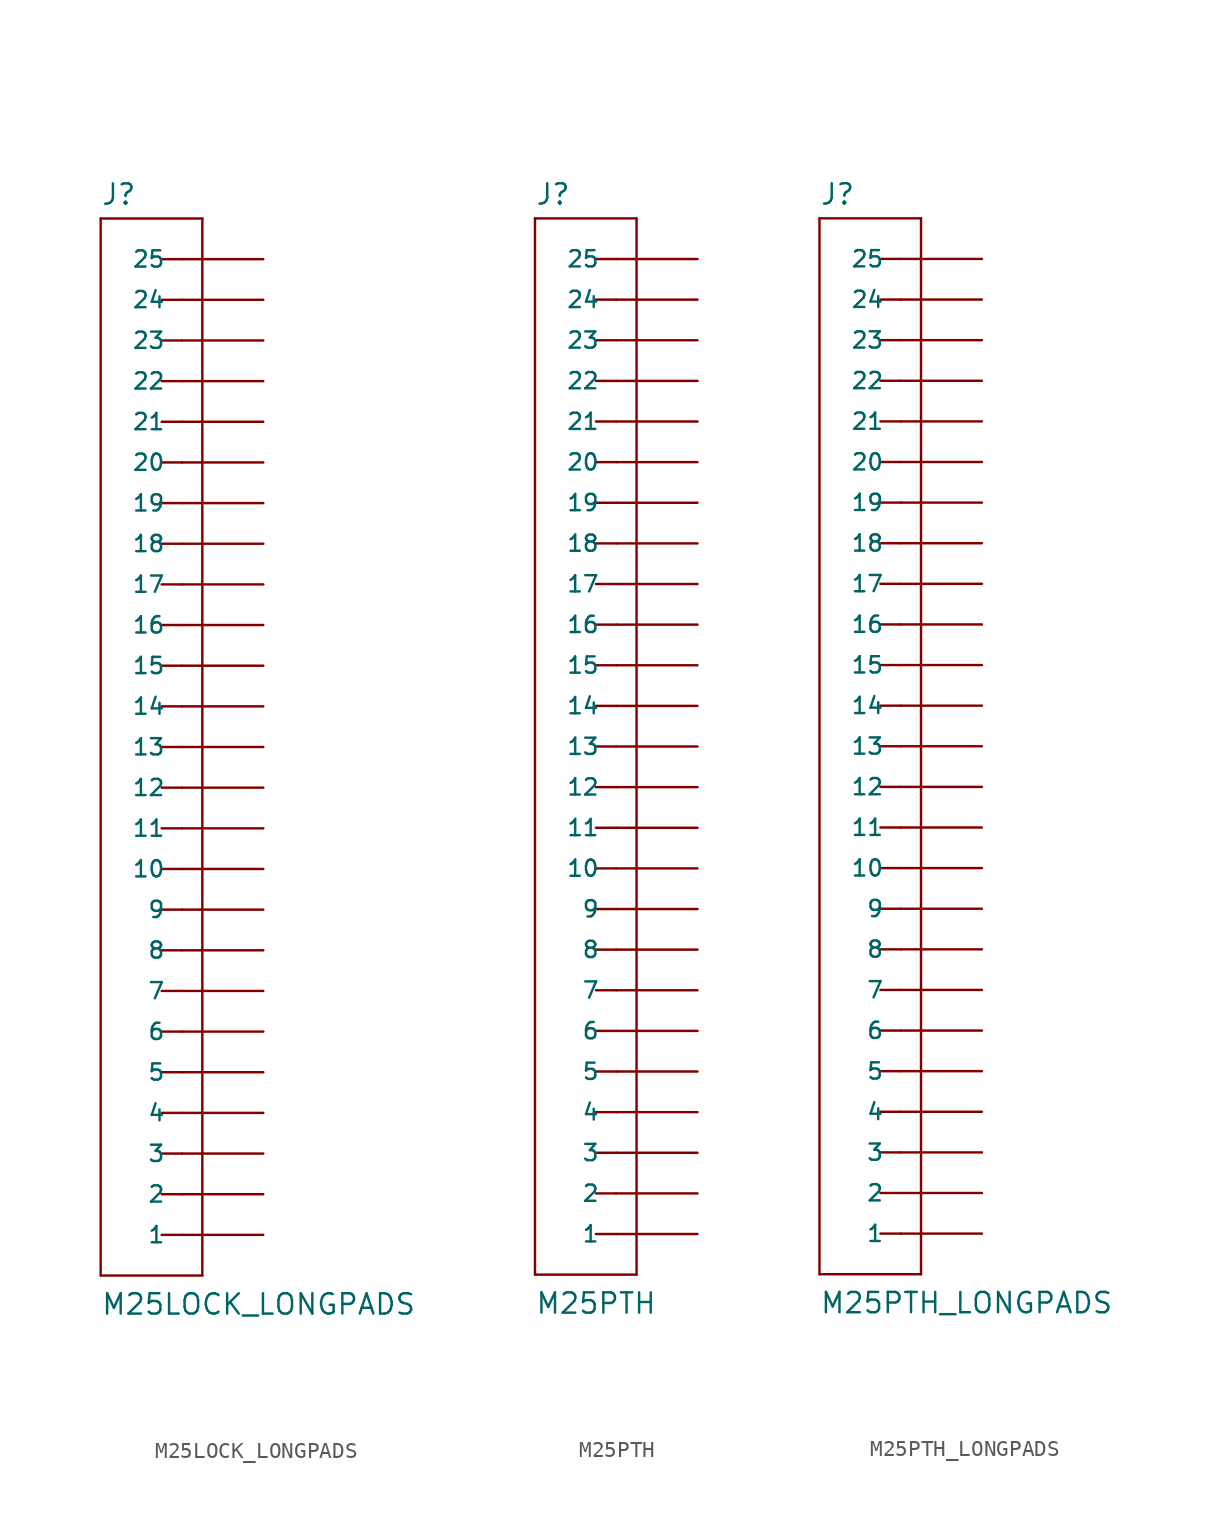
<source format=kicad_sym>
(kicad_symbol_lib
  (version 20211014)
  (generator kicad_symbol_editor)
  (symbol "M25LOCK_LONGPADS"
    (pin_numbers hide)
    (pin_names
      (offset 1.016))
    (property "Reference" "J"
      (at 0 33.782 0)
      (effects (font (size 1.27 1.27)) (justify left bottom)))
    (property "Value" "M25LOCK_LONGPADS"
      (at 0 -35.56 0)
      (effects (font (size 1.27 1.27)) (justify left bottom)))
    (property "Datasheet" ""
      (at 0 0 0)
      (effects (font (size 1.524 1.524))))
    (property "ki_locked" ""
      (at 0 0 0)
      (effects (font (size 1.27 1.27))))
    (symbol "M25LOCK_LONGPADS_1_0"
      (polyline (pts (xy 0 33.02) (xy 0 -33.02)) (stroke (width 0) (type default) (color 0 0 0 0)) (fill (type none)))
      (polyline (pts (xy 0 33.02) (xy 6.35 33.02)) (stroke (width 0) (type default) (color 0 0 0 0)) (fill (type none)))
      (polyline (pts (xy 3.81 -30.48) (xy 5.08 -30.48)) (stroke (width 0) (type default) (color 0 0 0 0)) (fill (type none)))
      (polyline (pts (xy 3.81 -27.94) (xy 5.08 -27.94)) (stroke (width 0) (type default) (color 0 0 0 0)) (fill (type none)))
      (polyline (pts (xy 3.81 -25.4) (xy 5.08 -25.4)) (stroke (width 0) (type default) (color 0 0 0 0)) (fill (type none)))
      (polyline (pts (xy 3.81 -22.86) (xy 5.08 -22.86)) (stroke (width 0) (type default) (color 0 0 0 0)) (fill (type none)))
      (polyline (pts (xy 3.81 -20.32) (xy 5.08 -20.32)) (stroke (width 0) (type default) (color 0 0 0 0)) (fill (type none)))
      (polyline (pts (xy 3.81 -17.78) (xy 5.08 -17.78)) (stroke (width 0) (type default) (color 0 0 0 0)) (fill (type none)))
      (polyline (pts (xy 3.81 -15.24) (xy 5.08 -15.24)) (stroke (width 0) (type default) (color 0 0 0 0)) (fill (type none)))
      (polyline (pts (xy 3.81 -12.7) (xy 5.08 -12.7)) (stroke (width 0) (type default) (color 0 0 0 0)) (fill (type none)))
      (polyline (pts (xy 3.81 -10.16) (xy 5.08 -10.16)) (stroke (width 0) (type default) (color 0 0 0 0)) (fill (type none)))
      (polyline (pts (xy 3.81 -7.62) (xy 5.08 -7.62)) (stroke (width 0) (type default) (color 0 0 0 0)) (fill (type none)))
      (polyline (pts (xy 3.81 -5.08) (xy 5.08 -5.08)) (stroke (width 0) (type default) (color 0 0 0 0)) (fill (type none)))
      (polyline (pts (xy 3.81 -2.54) (xy 5.08 -2.54)) (stroke (width 0) (type default) (color 0 0 0 0)) (fill (type none)))
      (polyline (pts (xy 3.81 0) (xy 5.08 0)) (stroke (width 0) (type default) (color 0 0 0 0)) (fill (type none)))
      (polyline (pts (xy 3.81 2.54) (xy 5.08 2.54)) (stroke (width 0) (type default) (color 0 0 0 0)) (fill (type none)))
      (polyline (pts (xy 3.81 5.08) (xy 5.08 5.08)) (stroke (width 0) (type default) (color 0 0 0 0)) (fill (type none)))
      (polyline (pts (xy 3.81 7.62) (xy 5.08 7.62)) (stroke (width 0) (type default) (color 0 0 0 0)) (fill (type none)))
      (polyline (pts (xy 3.81 10.16) (xy 5.08 10.16)) (stroke (width 0) (type default) (color 0 0 0 0)) (fill (type none)))
      (polyline (pts (xy 3.81 12.7) (xy 5.08 12.7)) (stroke (width 0) (type default) (color 0 0 0 0)) (fill (type none)))
      (polyline (pts (xy 3.81 15.24) (xy 5.08 15.24)) (stroke (width 0) (type default) (color 0 0 0 0)) (fill (type none)))
      (polyline (pts (xy 3.81 17.78) (xy 5.08 17.78)) (stroke (width 0) (type default) (color 0 0 0 0)) (fill (type none)))
      (polyline (pts (xy 3.81 20.32) (xy 5.08 20.32)) (stroke (width 0) (type default) (color 0 0 0 0)) (fill (type none)))
      (polyline (pts (xy 3.81 22.86) (xy 5.08 22.86)) (stroke (width 0) (type default) (color 0 0 0 0)) (fill (type none)))
      (polyline (pts (xy 3.81 25.4) (xy 5.08 25.4)) (stroke (width 0) (type default) (color 0 0 0 0)) (fill (type none)))
      (polyline (pts (xy 3.81 27.94) (xy 5.08 27.94)) (stroke (width 0) (type default) (color 0 0 0 0)) (fill (type none)))
      (polyline (pts (xy 3.81 30.48) (xy 5.08 30.48)) (stroke (width 0) (type default) (color 0 0 0 0)) (fill (type none)))
      (polyline (pts (xy 6.35 -33.02) (xy 0 -33.02)) (stroke (width 0) (type default) (color 0 0 0 0)) (fill (type none)))
      (polyline (pts (xy 6.35 -33.02) (xy 6.35 33.02)) (stroke (width 0) (type default) (color 0 0 0 0)) (fill (type none))))
    (symbol "M25LOCK_LONGPADS_1_1"
      (pin passive line (at 10.16 -30.48 180) (length 5.08) (name "1" (effects (font (size 1.016 1.016)))) (number "1" (effects (font (size 1.016 1.016)))))
      (pin passive line (at 10.16 -7.62 180) (length 5.08) (name "10" (effects (font (size 1.016 1.016)))) (number "10" (effects (font (size 1.016 1.016)))))
      (pin passive line (at 10.16 -5.08 180) (length 5.08) (name "11" (effects (font (size 1.016 1.016)))) (number "11" (effects (font (size 1.016 1.016)))))
      (pin passive line (at 10.16 -2.54 180) (length 5.08) (name "12" (effects (font (size 1.016 1.016)))) (number "12" (effects (font (size 1.016 1.016)))))
      (pin passive line (at 10.16 0 180) (length 5.08) (name "13" (effects (font (size 1.016 1.016)))) (number "13" (effects (font (size 1.016 1.016)))))
      (pin passive line (at 10.16 2.54 180) (length 5.08) (name "14" (effects (font (size 1.016 1.016)))) (number "14" (effects (font (size 1.016 1.016)))))
      (pin passive line (at 10.16 5.08 180) (length 5.08) (name "15" (effects (font (size 1.016 1.016)))) (number "15" (effects (font (size 1.016 1.016)))))
      (pin passive line (at 10.16 7.62 180) (length 5.08) (name "16" (effects (font (size 1.016 1.016)))) (number "16" (effects (font (size 1.016 1.016)))))
      (pin passive line (at 10.16 10.16 180) (length 5.08) (name "17" (effects (font (size 1.016 1.016)))) (number "17" (effects (font (size 1.016 1.016)))))
      (pin passive line (at 10.16 12.7 180) (length 5.08) (name "18" (effects (font (size 1.016 1.016)))) (number "18" (effects (font (size 1.016 1.016)))))
      (pin passive line (at 10.16 15.24 180) (length 5.08) (name "19" (effects (font (size 1.016 1.016)))) (number "19" (effects (font (size 1.016 1.016)))))
      (pin passive line (at 10.16 -27.94 180) (length 5.08) (name "2" (effects (font (size 1.016 1.016)))) (number "2" (effects (font (size 1.016 1.016)))))
      (pin passive line (at 10.16 17.78 180) (length 5.08) (name "20" (effects (font (size 1.016 1.016)))) (number "20" (effects (font (size 1.016 1.016)))))
      (pin passive line (at 10.16 20.32 180) (length 5.08) (name "21" (effects (font (size 1.016 1.016)))) (number "21" (effects (font (size 1.016 1.016)))))
      (pin passive line (at 10.16 22.86 180) (length 5.08) (name "22" (effects (font (size 1.016 1.016)))) (number "22" (effects (font (size 1.016 1.016)))))
      (pin passive line (at 10.16 25.4 180) (length 5.08) (name "23" (effects (font (size 1.016 1.016)))) (number "23" (effects (font (size 1.016 1.016)))))
      (pin passive line (at 10.16 27.94 180) (length 5.08) (name "24" (effects (font (size 1.016 1.016)))) (number "24" (effects (font (size 1.016 1.016)))))
      (pin passive line (at 10.16 30.48 180) (length 5.08) (name "25" (effects (font (size 1.016 1.016)))) (number "25" (effects (font (size 1.016 1.016)))))
      (pin passive line (at 10.16 -25.4 180) (length 5.08) (name "3" (effects (font (size 1.016 1.016)))) (number "3" (effects (font (size 1.016 1.016)))))
      (pin passive line (at 10.16 -22.86 180) (length 5.08) (name "4" (effects (font (size 1.016 1.016)))) (number "4" (effects (font (size 1.016 1.016)))))
      (pin passive line (at 10.16 -20.32 180) (length 5.08) (name "5" (effects (font (size 1.016 1.016)))) (number "5" (effects (font (size 1.016 1.016)))))
      (pin passive line (at 10.16 -17.78 180) (length 5.08) (name "6" (effects (font (size 1.016 1.016)))) (number "6" (effects (font (size 1.016 1.016)))))
      (pin passive line (at 10.16 -15.24 180) (length 5.08) (name "7" (effects (font (size 1.016 1.016)))) (number "7" (effects (font (size 1.016 1.016)))))
      (pin passive line (at 10.16 -12.7 180) (length 5.08) (name "8" (effects (font (size 1.016 1.016)))) (number "8" (effects (font (size 1.016 1.016)))))
      (pin passive line (at 10.16 -10.16 180) (length 5.08) (name "9" (effects (font (size 1.016 1.016)))) (number "9" (effects (font (size 1.016 1.016)))))))
  (symbol "M25PTH"
    (pin_numbers hide)
    (pin_names
      (offset 1.016))
    (property "Reference" "J"
      (at 0 33.782 0)
      (effects (font (size 1.27 1.27)) (justify left bottom)))
    (property "Value" "M25PTH"
      (at 0 -35.56 0)
      (effects (font (size 1.27 1.27)) (justify left bottom)))
    (property "Datasheet" ""
      (at 0 0 0)
      (effects (font (size 1.524 1.524))))
    (property "ki_locked" ""
      (at 0 0 0)
      (effects (font (size 1.27 1.27))))
    (symbol "M25PTH_1_0"
      (polyline (pts (xy 0 33.02) (xy 0 -33.02)) (stroke (width 0) (type default) (color 0 0 0 0)) (fill (type none)))
      (polyline (pts (xy 0 33.02) (xy 6.35 33.02)) (stroke (width 0) (type default) (color 0 0 0 0)) (fill (type none)))
      (polyline (pts (xy 3.81 -30.48) (xy 5.08 -30.48)) (stroke (width 0) (type default) (color 0 0 0 0)) (fill (type none)))
      (polyline (pts (xy 3.81 -27.94) (xy 5.08 -27.94)) (stroke (width 0) (type default) (color 0 0 0 0)) (fill (type none)))
      (polyline (pts (xy 3.81 -25.4) (xy 5.08 -25.4)) (stroke (width 0) (type default) (color 0 0 0 0)) (fill (type none)))
      (polyline (pts (xy 3.81 -22.86) (xy 5.08 -22.86)) (stroke (width 0) (type default) (color 0 0 0 0)) (fill (type none)))
      (polyline (pts (xy 3.81 -20.32) (xy 5.08 -20.32)) (stroke (width 0) (type default) (color 0 0 0 0)) (fill (type none)))
      (polyline (pts (xy 3.81 -17.78) (xy 5.08 -17.78)) (stroke (width 0) (type default) (color 0 0 0 0)) (fill (type none)))
      (polyline (pts (xy 3.81 -15.24) (xy 5.08 -15.24)) (stroke (width 0) (type default) (color 0 0 0 0)) (fill (type none)))
      (polyline (pts (xy 3.81 -12.7) (xy 5.08 -12.7)) (stroke (width 0) (type default) (color 0 0 0 0)) (fill (type none)))
      (polyline (pts (xy 3.81 -10.16) (xy 5.08 -10.16)) (stroke (width 0) (type default) (color 0 0 0 0)) (fill (type none)))
      (polyline (pts (xy 3.81 -7.62) (xy 5.08 -7.62)) (stroke (width 0) (type default) (color 0 0 0 0)) (fill (type none)))
      (polyline (pts (xy 3.81 -5.08) (xy 5.08 -5.08)) (stroke (width 0) (type default) (color 0 0 0 0)) (fill (type none)))
      (polyline (pts (xy 3.81 -2.54) (xy 5.08 -2.54)) (stroke (width 0) (type default) (color 0 0 0 0)) (fill (type none)))
      (polyline (pts (xy 3.81 0) (xy 5.08 0)) (stroke (width 0) (type default) (color 0 0 0 0)) (fill (type none)))
      (polyline (pts (xy 3.81 2.54) (xy 5.08 2.54)) (stroke (width 0) (type default) (color 0 0 0 0)) (fill (type none)))
      (polyline (pts (xy 3.81 5.08) (xy 5.08 5.08)) (stroke (width 0) (type default) (color 0 0 0 0)) (fill (type none)))
      (polyline (pts (xy 3.81 7.62) (xy 5.08 7.62)) (stroke (width 0) (type default) (color 0 0 0 0)) (fill (type none)))
      (polyline (pts (xy 3.81 10.16) (xy 5.08 10.16)) (stroke (width 0) (type default) (color 0 0 0 0)) (fill (type none)))
      (polyline (pts (xy 3.81 12.7) (xy 5.08 12.7)) (stroke (width 0) (type default) (color 0 0 0 0)) (fill (type none)))
      (polyline (pts (xy 3.81 15.24) (xy 5.08 15.24)) (stroke (width 0) (type default) (color 0 0 0 0)) (fill (type none)))
      (polyline (pts (xy 3.81 17.78) (xy 5.08 17.78)) (stroke (width 0) (type default) (color 0 0 0 0)) (fill (type none)))
      (polyline (pts (xy 3.81 20.32) (xy 5.08 20.32)) (stroke (width 0) (type default) (color 0 0 0 0)) (fill (type none)))
      (polyline (pts (xy 3.81 22.86) (xy 5.08 22.86)) (stroke (width 0) (type default) (color 0 0 0 0)) (fill (type none)))
      (polyline (pts (xy 3.81 25.4) (xy 5.08 25.4)) (stroke (width 0) (type default) (color 0 0 0 0)) (fill (type none)))
      (polyline (pts (xy 3.81 27.94) (xy 5.08 27.94)) (stroke (width 0) (type default) (color 0 0 0 0)) (fill (type none)))
      (polyline (pts (xy 3.81 30.48) (xy 5.08 30.48)) (stroke (width 0) (type default) (color 0 0 0 0)) (fill (type none)))
      (polyline (pts (xy 6.35 -33.02) (xy 0 -33.02)) (stroke (width 0) (type default) (color 0 0 0 0)) (fill (type none)))
      (polyline (pts (xy 6.35 -33.02) (xy 6.35 33.02)) (stroke (width 0) (type default) (color 0 0 0 0)) (fill (type none))))
    (symbol "M25PTH_1_1"
      (pin passive line (at 10.16 -30.48 180) (length 5.08) (name "1" (effects (font (size 1.016 1.016)))) (number "1" (effects (font (size 1.016 1.016)))))
      (pin passive line (at 10.16 -7.62 180) (length 5.08) (name "10" (effects (font (size 1.016 1.016)))) (number "10" (effects (font (size 1.016 1.016)))))
      (pin passive line (at 10.16 -5.08 180) (length 5.08) (name "11" (effects (font (size 1.016 1.016)))) (number "11" (effects (font (size 1.016 1.016)))))
      (pin passive line (at 10.16 -2.54 180) (length 5.08) (name "12" (effects (font (size 1.016 1.016)))) (number "12" (effects (font (size 1.016 1.016)))))
      (pin passive line (at 10.16 0 180) (length 5.08) (name "13" (effects (font (size 1.016 1.016)))) (number "13" (effects (font (size 1.016 1.016)))))
      (pin passive line (at 10.16 2.54 180) (length 5.08) (name "14" (effects (font (size 1.016 1.016)))) (number "14" (effects (font (size 1.016 1.016)))))
      (pin passive line (at 10.16 5.08 180) (length 5.08) (name "15" (effects (font (size 1.016 1.016)))) (number "15" (effects (font (size 1.016 1.016)))))
      (pin passive line (at 10.16 7.62 180) (length 5.08) (name "16" (effects (font (size 1.016 1.016)))) (number "16" (effects (font (size 1.016 1.016)))))
      (pin passive line (at 10.16 10.16 180) (length 5.08) (name "17" (effects (font (size 1.016 1.016)))) (number "17" (effects (font (size 1.016 1.016)))))
      (pin passive line (at 10.16 12.7 180) (length 5.08) (name "18" (effects (font (size 1.016 1.016)))) (number "18" (effects (font (size 1.016 1.016)))))
      (pin passive line (at 10.16 15.24 180) (length 5.08) (name "19" (effects (font (size 1.016 1.016)))) (number "19" (effects (font (size 1.016 1.016)))))
      (pin passive line (at 10.16 -27.94 180) (length 5.08) (name "2" (effects (font (size 1.016 1.016)))) (number "2" (effects (font (size 1.016 1.016)))))
      (pin passive line (at 10.16 17.78 180) (length 5.08) (name "20" (effects (font (size 1.016 1.016)))) (number "20" (effects (font (size 1.016 1.016)))))
      (pin passive line (at 10.16 20.32 180) (length 5.08) (name "21" (effects (font (size 1.016 1.016)))) (number "21" (effects (font (size 1.016 1.016)))))
      (pin passive line (at 10.16 22.86 180) (length 5.08) (name "22" (effects (font (size 1.016 1.016)))) (number "22" (effects (font (size 1.016 1.016)))))
      (pin passive line (at 10.16 25.4 180) (length 5.08) (name "23" (effects (font (size 1.016 1.016)))) (number "23" (effects (font (size 1.016 1.016)))))
      (pin passive line (at 10.16 27.94 180) (length 5.08) (name "24" (effects (font (size 1.016 1.016)))) (number "24" (effects (font (size 1.016 1.016)))))
      (pin passive line (at 10.16 30.48 180) (length 5.08) (name "25" (effects (font (size 1.016 1.016)))) (number "25" (effects (font (size 1.016 1.016)))))
      (pin passive line (at 10.16 -25.4 180) (length 5.08) (name "3" (effects (font (size 1.016 1.016)))) (number "3" (effects (font (size 1.016 1.016)))))
      (pin passive line (at 10.16 -22.86 180) (length 5.08) (name "4" (effects (font (size 1.016 1.016)))) (number "4" (effects (font (size 1.016 1.016)))))
      (pin passive line (at 10.16 -20.32 180) (length 5.08) (name "5" (effects (font (size 1.016 1.016)))) (number "5" (effects (font (size 1.016 1.016)))))
      (pin passive line (at 10.16 -17.78 180) (length 5.08) (name "6" (effects (font (size 1.016 1.016)))) (number "6" (effects (font (size 1.016 1.016)))))
      (pin passive line (at 10.16 -15.24 180) (length 5.08) (name "7" (effects (font (size 1.016 1.016)))) (number "7" (effects (font (size 1.016 1.016)))))
      (pin passive line (at 10.16 -12.7 180) (length 5.08) (name "8" (effects (font (size 1.016 1.016)))) (number "8" (effects (font (size 1.016 1.016)))))
      (pin passive line (at 10.16 -10.16 180) (length 5.08) (name "9" (effects (font (size 1.016 1.016)))) (number "9" (effects (font (size 1.016 1.016)))))))
  (symbol "M25PTH_LONGPADS"
    (pin_numbers hide)
    (pin_names
      (offset 1.016))
    (property "Reference" "J"
      (at 0 33.782 0)
      (effects (font (size 1.27 1.27)) (justify left bottom)))
    (property "Value" "M25PTH_LONGPADS"
      (at 0 -35.56 0)
      (effects (font (size 1.27 1.27)) (justify left bottom)))
    (property "Datasheet" ""
      (at 0 0 0)
      (effects (font (size 1.524 1.524))))
    (property "ki_locked" ""
      (at 0 0 0)
      (effects (font (size 1.27 1.27))))
    (symbol "M25PTH_LONGPADS_1_0"
      (polyline (pts (xy 0 33.02) (xy 0 -33.02)) (stroke (width 0) (type default) (color 0 0 0 0)) (fill (type none)))
      (polyline (pts (xy 0 33.02) (xy 6.35 33.02)) (stroke (width 0) (type default) (color 0 0 0 0)) (fill (type none)))
      (polyline (pts (xy 3.81 -30.48) (xy 5.08 -30.48)) (stroke (width 0) (type default) (color 0 0 0 0)) (fill (type none)))
      (polyline (pts (xy 3.81 -27.94) (xy 5.08 -27.94)) (stroke (width 0) (type default) (color 0 0 0 0)) (fill (type none)))
      (polyline (pts (xy 3.81 -25.4) (xy 5.08 -25.4)) (stroke (width 0) (type default) (color 0 0 0 0)) (fill (type none)))
      (polyline (pts (xy 3.81 -22.86) (xy 5.08 -22.86)) (stroke (width 0) (type default) (color 0 0 0 0)) (fill (type none)))
      (polyline (pts (xy 3.81 -20.32) (xy 5.08 -20.32)) (stroke (width 0) (type default) (color 0 0 0 0)) (fill (type none)))
      (polyline (pts (xy 3.81 -17.78) (xy 5.08 -17.78)) (stroke (width 0) (type default) (color 0 0 0 0)) (fill (type none)))
      (polyline (pts (xy 3.81 -15.24) (xy 5.08 -15.24)) (stroke (width 0) (type default) (color 0 0 0 0)) (fill (type none)))
      (polyline (pts (xy 3.81 -12.7) (xy 5.08 -12.7)) (stroke (width 0) (type default) (color 0 0 0 0)) (fill (type none)))
      (polyline (pts (xy 3.81 -10.16) (xy 5.08 -10.16)) (stroke (width 0) (type default) (color 0 0 0 0)) (fill (type none)))
      (polyline (pts (xy 3.81 -7.62) (xy 5.08 -7.62)) (stroke (width 0) (type default) (color 0 0 0 0)) (fill (type none)))
      (polyline (pts (xy 3.81 -5.08) (xy 5.08 -5.08)) (stroke (width 0) (type default) (color 0 0 0 0)) (fill (type none)))
      (polyline (pts (xy 3.81 -2.54) (xy 5.08 -2.54)) (stroke (width 0) (type default) (color 0 0 0 0)) (fill (type none)))
      (polyline (pts (xy 3.81 0) (xy 5.08 0)) (stroke (width 0) (type default) (color 0 0 0 0)) (fill (type none)))
      (polyline (pts (xy 3.81 2.54) (xy 5.08 2.54)) (stroke (width 0) (type default) (color 0 0 0 0)) (fill (type none)))
      (polyline (pts (xy 3.81 5.08) (xy 5.08 5.08)) (stroke (width 0) (type default) (color 0 0 0 0)) (fill (type none)))
      (polyline (pts (xy 3.81 7.62) (xy 5.08 7.62)) (stroke (width 0) (type default) (color 0 0 0 0)) (fill (type none)))
      (polyline (pts (xy 3.81 10.16) (xy 5.08 10.16)) (stroke (width 0) (type default) (color 0 0 0 0)) (fill (type none)))
      (polyline (pts (xy 3.81 12.7) (xy 5.08 12.7)) (stroke (width 0) (type default) (color 0 0 0 0)) (fill (type none)))
      (polyline (pts (xy 3.81 15.24) (xy 5.08 15.24)) (stroke (width 0) (type default) (color 0 0 0 0)) (fill (type none)))
      (polyline (pts (xy 3.81 17.78) (xy 5.08 17.78)) (stroke (width 0) (type default) (color 0 0 0 0)) (fill (type none)))
      (polyline (pts (xy 3.81 20.32) (xy 5.08 20.32)) (stroke (width 0) (type default) (color 0 0 0 0)) (fill (type none)))
      (polyline (pts (xy 3.81 22.86) (xy 5.08 22.86)) (stroke (width 0) (type default) (color 0 0 0 0)) (fill (type none)))
      (polyline (pts (xy 3.81 25.4) (xy 5.08 25.4)) (stroke (width 0) (type default) (color 0 0 0 0)) (fill (type none)))
      (polyline (pts (xy 3.81 27.94) (xy 5.08 27.94)) (stroke (width 0) (type default) (color 0 0 0 0)) (fill (type none)))
      (polyline (pts (xy 3.81 30.48) (xy 5.08 30.48)) (stroke (width 0) (type default) (color 0 0 0 0)) (fill (type none)))
      (polyline (pts (xy 6.35 -33.02) (xy 0 -33.02)) (stroke (width 0) (type default) (color 0 0 0 0)) (fill (type none)))
      (polyline (pts (xy 6.35 -33.02) (xy 6.35 33.02)) (stroke (width 0) (type default) (color 0 0 0 0)) (fill (type none))))
    (symbol "M25PTH_LONGPADS_1_1"
      (pin passive line (at 10.16 -30.48 180) (length 5.08) (name "1" (effects (font (size 1.016 1.016)))) (number "1" (effects (font (size 1.016 1.016)))))
      (pin passive line (at 10.16 -7.62 180) (length 5.08) (name "10" (effects (font (size 1.016 1.016)))) (number "10" (effects (font (size 1.016 1.016)))))
      (pin passive line (at 10.16 -5.08 180) (length 5.08) (name "11" (effects (font (size 1.016 1.016)))) (number "11" (effects (font (size 1.016 1.016)))))
      (pin passive line (at 10.16 -2.54 180) (length 5.08) (name "12" (effects (font (size 1.016 1.016)))) (number "12" (effects (font (size 1.016 1.016)))))
      (pin passive line (at 10.16 0 180) (length 5.08) (name "13" (effects (font (size 1.016 1.016)))) (number "13" (effects (font (size 1.016 1.016)))))
      (pin passive line (at 10.16 2.54 180) (length 5.08) (name "14" (effects (font (size 1.016 1.016)))) (number "14" (effects (font (size 1.016 1.016)))))
      (pin passive line (at 10.16 5.08 180) (length 5.08) (name "15" (effects (font (size 1.016 1.016)))) (number "15" (effects (font (size 1.016 1.016)))))
      (pin passive line (at 10.16 7.62 180) (length 5.08) (name "16" (effects (font (size 1.016 1.016)))) (number "16" (effects (font (size 1.016 1.016)))))
      (pin passive line (at 10.16 10.16 180) (length 5.08) (name "17" (effects (font (size 1.016 1.016)))) (number "17" (effects (font (size 1.016 1.016)))))
      (pin passive line (at 10.16 12.7 180) (length 5.08) (name "18" (effects (font (size 1.016 1.016)))) (number "18" (effects (font (size 1.016 1.016)))))
      (pin passive line (at 10.16 15.24 180) (length 5.08) (name "19" (effects (font (size 1.016 1.016)))) (number "19" (effects (font (size 1.016 1.016)))))
      (pin passive line (at 10.16 -27.94 180) (length 5.08) (name "2" (effects (font (size 1.016 1.016)))) (number "2" (effects (font (size 1.016 1.016)))))
      (pin passive line (at 10.16 17.78 180) (length 5.08) (name "20" (effects (font (size 1.016 1.016)))) (number "20" (effects (font (size 1.016 1.016)))))
      (pin passive line (at 10.16 20.32 180) (length 5.08) (name "21" (effects (font (size 1.016 1.016)))) (number "21" (effects (font (size 1.016 1.016)))))
      (pin passive line (at 10.16 22.86 180) (length 5.08) (name "22" (effects (font (size 1.016 1.016)))) (number "22" (effects (font (size 1.016 1.016)))))
      (pin passive line (at 10.16 25.4 180) (length 5.08) (name "23" (effects (font (size 1.016 1.016)))) (number "23" (effects (font (size 1.016 1.016)))))
      (pin passive line (at 10.16 27.94 180) (length 5.08) (name "24" (effects (font (size 1.016 1.016)))) (number "24" (effects (font (size 1.016 1.016)))))
      (pin passive line (at 10.16 30.48 180) (length 5.08) (name "25" (effects (font (size 1.016 1.016)))) (number "25" (effects (font (size 1.016 1.016)))))
      (pin passive line (at 10.16 -25.4 180) (length 5.08) (name "3" (effects (font (size 1.016 1.016)))) (number "3" (effects (font (size 1.016 1.016)))))
      (pin passive line (at 10.16 -22.86 180) (length 5.08) (name "4" (effects (font (size 1.016 1.016)))) (number "4" (effects (font (size 1.016 1.016)))))
      (pin passive line (at 10.16 -20.32 180) (length 5.08) (name "5" (effects (font (size 1.016 1.016)))) (number "5" (effects (font (size 1.016 1.016)))))
      (pin passive line (at 10.16 -17.78 180) (length 5.08) (name "6" (effects (font (size 1.016 1.016)))) (number "6" (effects (font (size 1.016 1.016)))))
      (pin passive line (at 10.16 -15.24 180) (length 5.08) (name "7" (effects (font (size 1.016 1.016)))) (number "7" (effects (font (size 1.016 1.016)))))
      (pin passive line (at 10.16 -12.7 180) (length 5.08) (name "8" (effects (font (size 1.016 1.016)))) (number "8" (effects (font (size 1.016 1.016)))))
      (pin passive line (at 10.16 -10.16 180) (length 5.08) (name "9" (effects (font (size 1.016 1.016)))) (number "9" (effects (font (size 1.016 1.016))))))))
</source>
